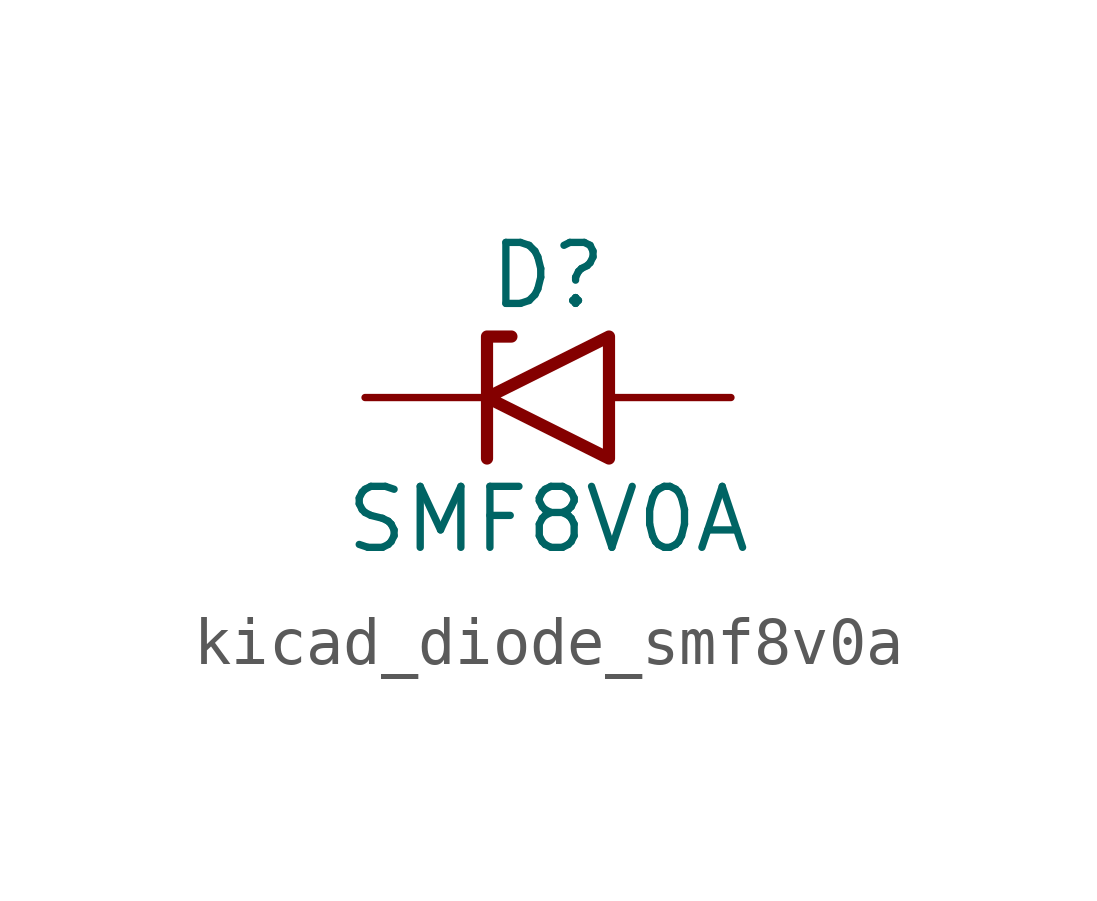
<source format=kicad_sym>
(kicad_symbol_lib
  (version 20220914)
  (generator kicad_symbol_editor)
  (symbol "kicad_diode_smf8v0a"
    (pin_numbers hide)
    (pin_names
      (offset 1.016) hide)
    (property "Reference" "D"
      (at 0 2.54 0)
      (effects (font (size 1.27 1.27))))
    (property "Value" "SMF8V0A"
      (at 0 -2.54 0)
      (effects (font (size 1.27 1.27))))
    (symbol "kicad_diode_smf8v0a_0_1"
      (polyline (pts (xy -0.762 1.27) (xy -1.27 1.27) (xy -1.27 -1.27)) (stroke (width 0.254) (type default)) (fill (type none)))
      (polyline (pts (xy 1.27 1.27) (xy 1.27 -1.27) (xy -1.27 0) (xy 1.27 1.27)) (stroke (width 0.254) (type default)) (fill (type none))))
    (symbol "kicad_diode_smf8v0a_1_1"
      (pin passive line (at -3.81 0 0) (length 2.54) (name "A1" (effects (font (size 1.27 1.27)))) (number "1" (effects (font (size 1.27 1.27)))))
      (pin passive line (at 3.81 0 180) (length 2.54) (name "A2" (effects (font (size 1.27 1.27)))) (number "2" (effects (font (size 1.27 1.27))))))))
</source>
